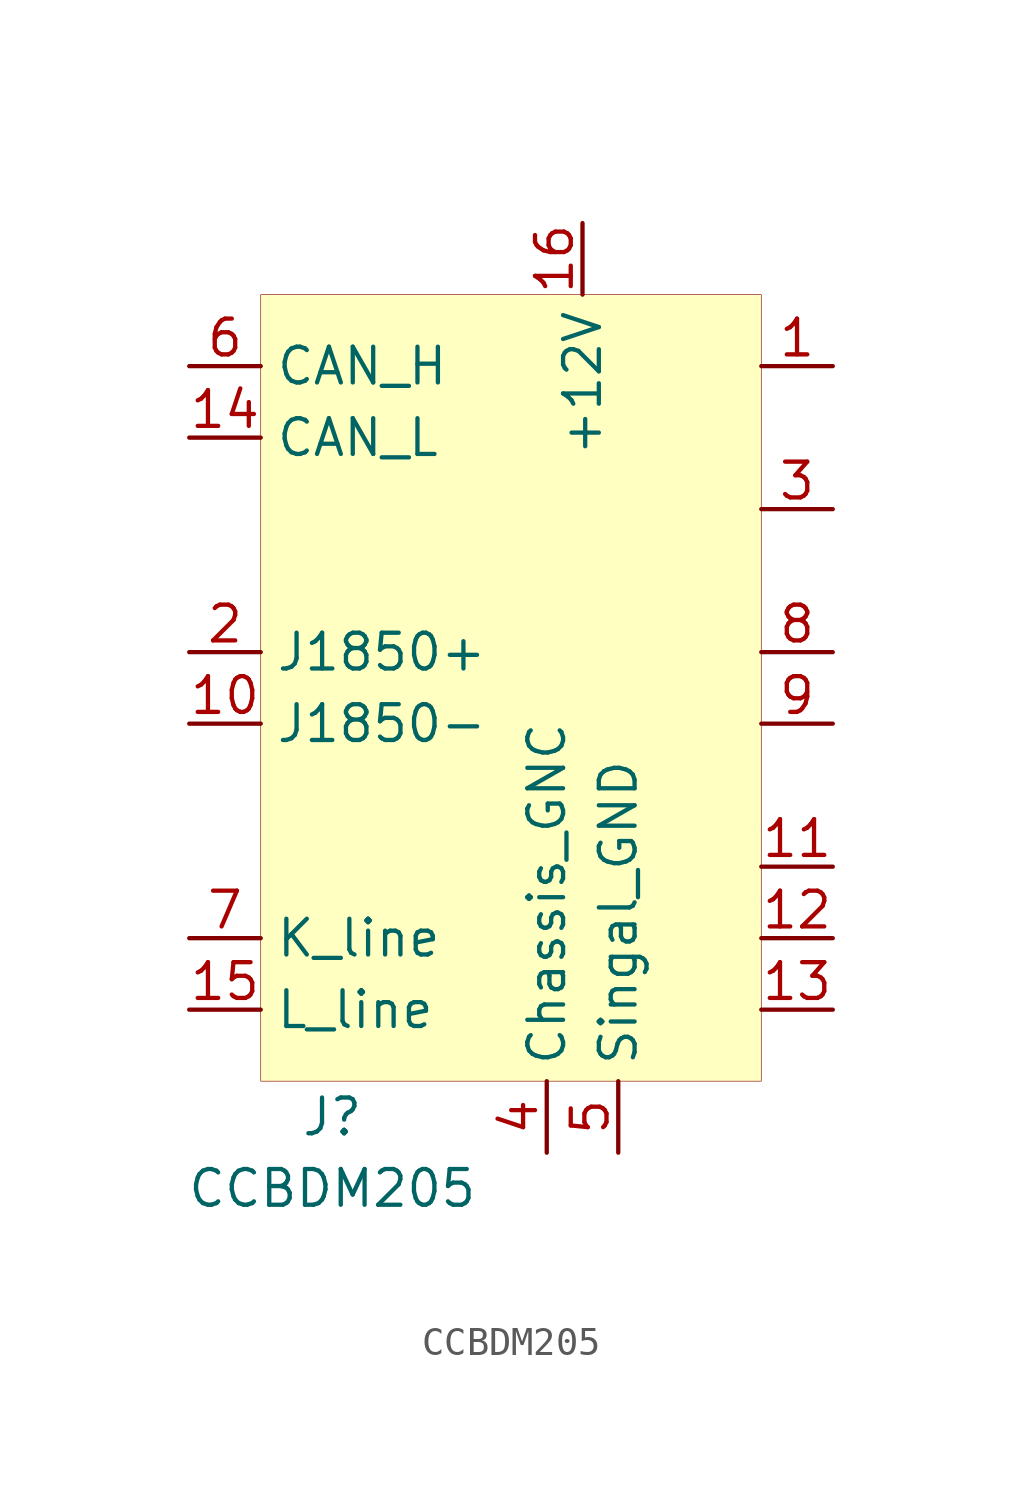
<source format=kicad_sym>
(kicad_symbol_lib
  (version 20201005)
  (generator kicad_symbol_editor)
  (symbol "openobd2:CCBDM205"
    (property "Reference" "J"
      (at -6.35 -15.24 0)
      (effects (font (size 1.27 1.27))))
    (property "Value" "CCBDM205"
      (at -6.35 -17.78 0)
      (effects (font (size 1.27 1.27))))
    (symbol "CCBDM205_0_1"
      (rectangle (start -8.89 13.97) (end 8.89 -13.97) (stroke (width 0.001)) (fill (type background))))
    (symbol "CCBDM205_1_1"
      (pin unspecified line (at 11.43 11.43 180) (length 2.54) (name "" (effects (font (size 1.27 1.27)))) (number "1" (effects (font (size 1.27 1.27)))))
      (pin bidirectional line (at -11.43 1.27 0) (length 2.54) (name "J1850+" (effects (font (size 1.27 1.27)))) (number "2" (effects (font (size 1.27 1.27)))))
      (pin unspecified line (at 11.43 6.35 180) (length 2.54) (name "" (effects (font (size 1.27 1.27)))) (number "3" (effects (font (size 1.27 1.27)))))
      (pin power_out line (at 1.27 -16.51 90) (length 2.54) (name "Chassis_GNC" (effects (font (size 1.27 1.27)))) (number "4" (effects (font (size 1.27 1.27)))))
      (pin power_out line (at 3.81 -16.51 90) (length 2.54) (name "Singal_GND" (effects (font (size 1.27 1.27)))) (number "5" (effects (font (size 1.27 1.27)))))
      (pin bidirectional line (at -11.43 11.43 0) (length 2.54) (name "CAN_H" (effects (font (size 1.27 1.27)))) (number "6" (effects (font (size 1.27 1.27)))))
      (pin bidirectional line (at -11.43 -8.89 0) (length 2.54) (name "K_line" (effects (font (size 1.27 1.27)))) (number "7" (effects (font (size 1.27 1.27)))))
      (pin unspecified line (at 11.43 1.27 180) (length 2.54) (name "" (effects (font (size 1.27 1.27)))) (number "8" (effects (font (size 1.27 1.27)))))
      (pin unspecified line (at 11.43 -1.27 180) (length 2.54) (name "" (effects (font (size 1.27 1.27)))) (number "9" (effects (font (size 1.27 1.27)))))
      (pin bidirectional line (at -11.43 -1.27 0) (length 2.54) (name "J1850-" (effects (font (size 1.27 1.27)))) (number "10" (effects (font (size 1.27 1.27)))))
      (pin unspecified line (at 11.43 -6.35 180) (length 2.54) (name "" (effects (font (size 1.27 1.27)))) (number "11" (effects (font (size 1.27 1.27)))))
      (pin unspecified line (at 11.43 -8.89 180) (length 2.54) (name "" (effects (font (size 1.27 1.27)))) (number "12" (effects (font (size 1.27 1.27)))))
      (pin unspecified line (at 11.43 -11.43 180) (length 2.54) (name "" (effects (font (size 1.27 1.27)))) (number "13" (effects (font (size 1.27 1.27)))))
      (pin bidirectional line (at -11.43 8.89 0) (length 2.54) (name "CAN_L" (effects (font (size 1.27 1.27)))) (number "14" (effects (font (size 1.27 1.27)))))
      (pin bidirectional line (at -11.43 -11.43 0) (length 2.54) (name "L_line" (effects (font (size 1.27 1.27)))) (number "15" (effects (font (size 1.27 1.27)))))
      (pin power_out line (at 2.54 16.51 270) (length 2.54) (name "+12V" (effects (font (size 1.27 1.27)))) (number "16" (effects (font (size 1.27 1.27))))))))
</source>
